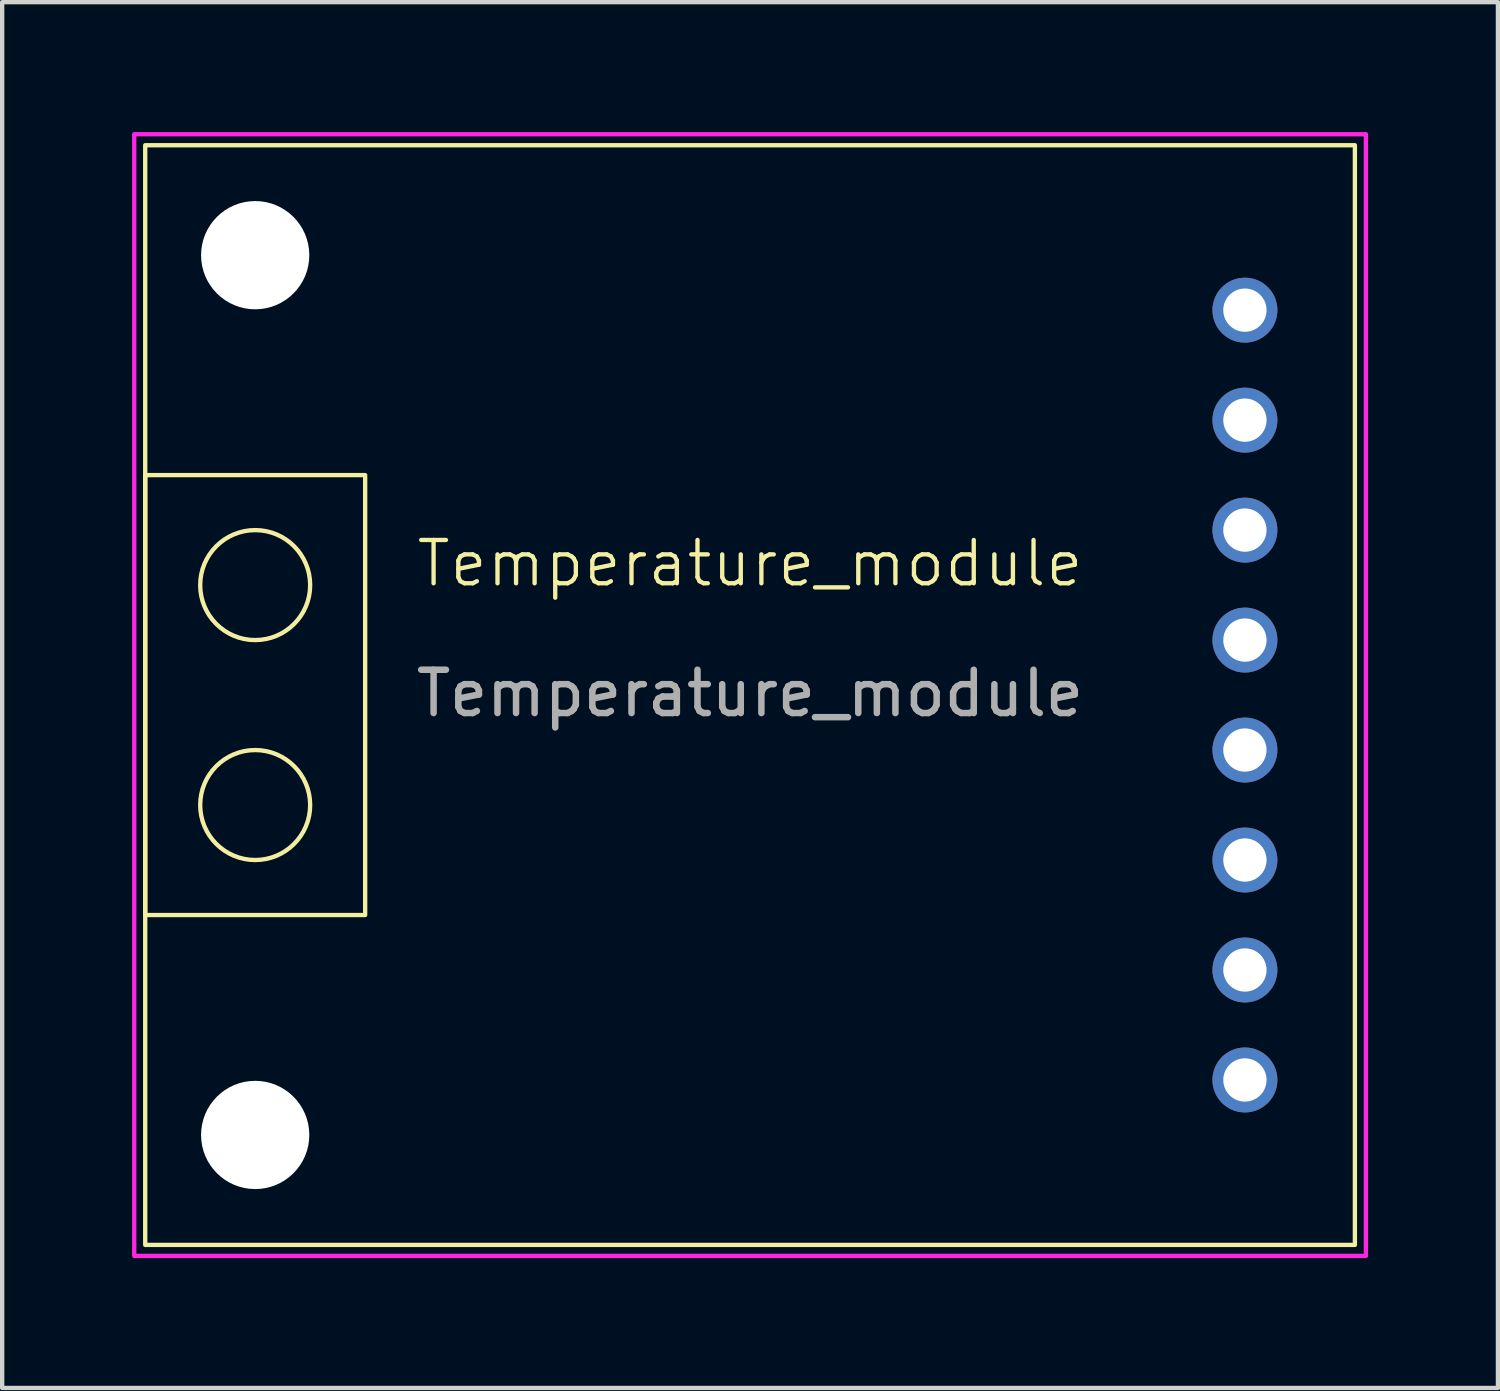
<source format=kicad_pcb>
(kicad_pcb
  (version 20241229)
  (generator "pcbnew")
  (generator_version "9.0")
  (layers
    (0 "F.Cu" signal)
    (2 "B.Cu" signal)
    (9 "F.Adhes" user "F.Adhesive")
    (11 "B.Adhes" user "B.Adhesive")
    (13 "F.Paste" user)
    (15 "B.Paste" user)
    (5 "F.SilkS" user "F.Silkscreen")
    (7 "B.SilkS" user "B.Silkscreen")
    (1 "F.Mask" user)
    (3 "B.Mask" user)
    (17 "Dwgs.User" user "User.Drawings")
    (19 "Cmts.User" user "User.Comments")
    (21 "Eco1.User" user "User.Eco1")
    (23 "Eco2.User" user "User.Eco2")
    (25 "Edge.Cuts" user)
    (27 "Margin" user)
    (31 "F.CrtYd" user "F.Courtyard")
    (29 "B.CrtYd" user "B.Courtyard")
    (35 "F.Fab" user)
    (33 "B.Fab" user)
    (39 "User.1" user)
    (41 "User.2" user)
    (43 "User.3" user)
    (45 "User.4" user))
  (footprint "Temperature_module"
    (layer "F.Cu")
    (at 14.274 10.464)
    (property "Reference" "Temperature_module" (at 0 -0.5 0) (unlocked yes) (layer "F.SilkS") (effects (font (size 1 1) (thickness 0.1))))
    (attr through_hole)
    (fp_rect (start -13.97 -10.16) (end 13.97 15.24) (stroke (width 0.1) (type default)) (fill no) (layer "F.SilkS"))
    (fp_rect (start -13.97 -2.54) (end -8.89 7.62) (stroke (width 0.1) (type default)) (fill no) (layer "F.SilkS"))
    (fp_circle (center -11.43 0) (end -11.43 1.27) (stroke (width 0.1) (type default)) (fill no) (layer "F.SilkS"))
    (fp_circle (center -11.43 5.08) (end -11.43 6.35) (stroke (width 0.1) (type default)) (fill no) (layer "F.SilkS"))
    (fp_rect (start -14.224 -10.414) (end 14.224 15.494) (stroke (width 0.1) (type default)) (fill no) (layer "F.CrtYd"))
    (fp_text user "${REFERENCE}" (at 0 2.5 0) (unlocked yes) (layer "F.Fab") (effects (font (size 1 1) (thickness 0.15))))
    (pad "" np_thru_hole circle (at -11.43 -7.62) (size 2.5 2.5) (drill 2.5) (layers "*.Cu" "*.Mask"))
    (pad "" np_thru_hole circle (at -11.43 12.7) (size 2.5 2.5) (drill 2.5) (layers "*.Cu" "*.Mask"))
    (pad "1" thru_hole circle (at 11.43 11.43) (size 1.5 1.5) (drill 1) (layers "*.Cu" "*.Mask"))
    (pad "2" thru_hole circle (at 11.43 8.89) (size 1.5 1.5) (drill 1) (layers "*.Cu" "*.Mask"))
    (pad "3" thru_hole circle (at 11.43 6.35) (size 1.5 1.5) (drill 1) (layers "*.Cu" "*.Mask"))
    (pad "4" thru_hole circle (at 11.43 3.81) (size 1.5 1.5) (drill 1) (layers "*.Cu" "*.Mask"))
    (pad "5" thru_hole circle (at 11.43 1.27) (size 1.5 1.5) (drill 1) (layers "*.Cu" "*.Mask"))
    (pad "6" thru_hole circle (at 11.43 -1.27) (size 1.5 1.5) (drill 1) (layers "*.Cu" "*.Mask"))
    (pad "7" thru_hole circle (at 11.43 -3.81) (size 1.5 1.5) (drill 1) (layers "*.Cu" "*.Mask"))
    (pad "8" thru_hole circle (at 11.43 -6.35) (size 1.5 1.5) (drill 1) (layers "*.Cu" "*.Mask")))
  (gr_rect
    (start -3 -3)
    (end 31.548 29.008)
    (stroke (width 0.1) (type default))
    (fill no)
    (layer "Edge.Cuts")))
</source>
